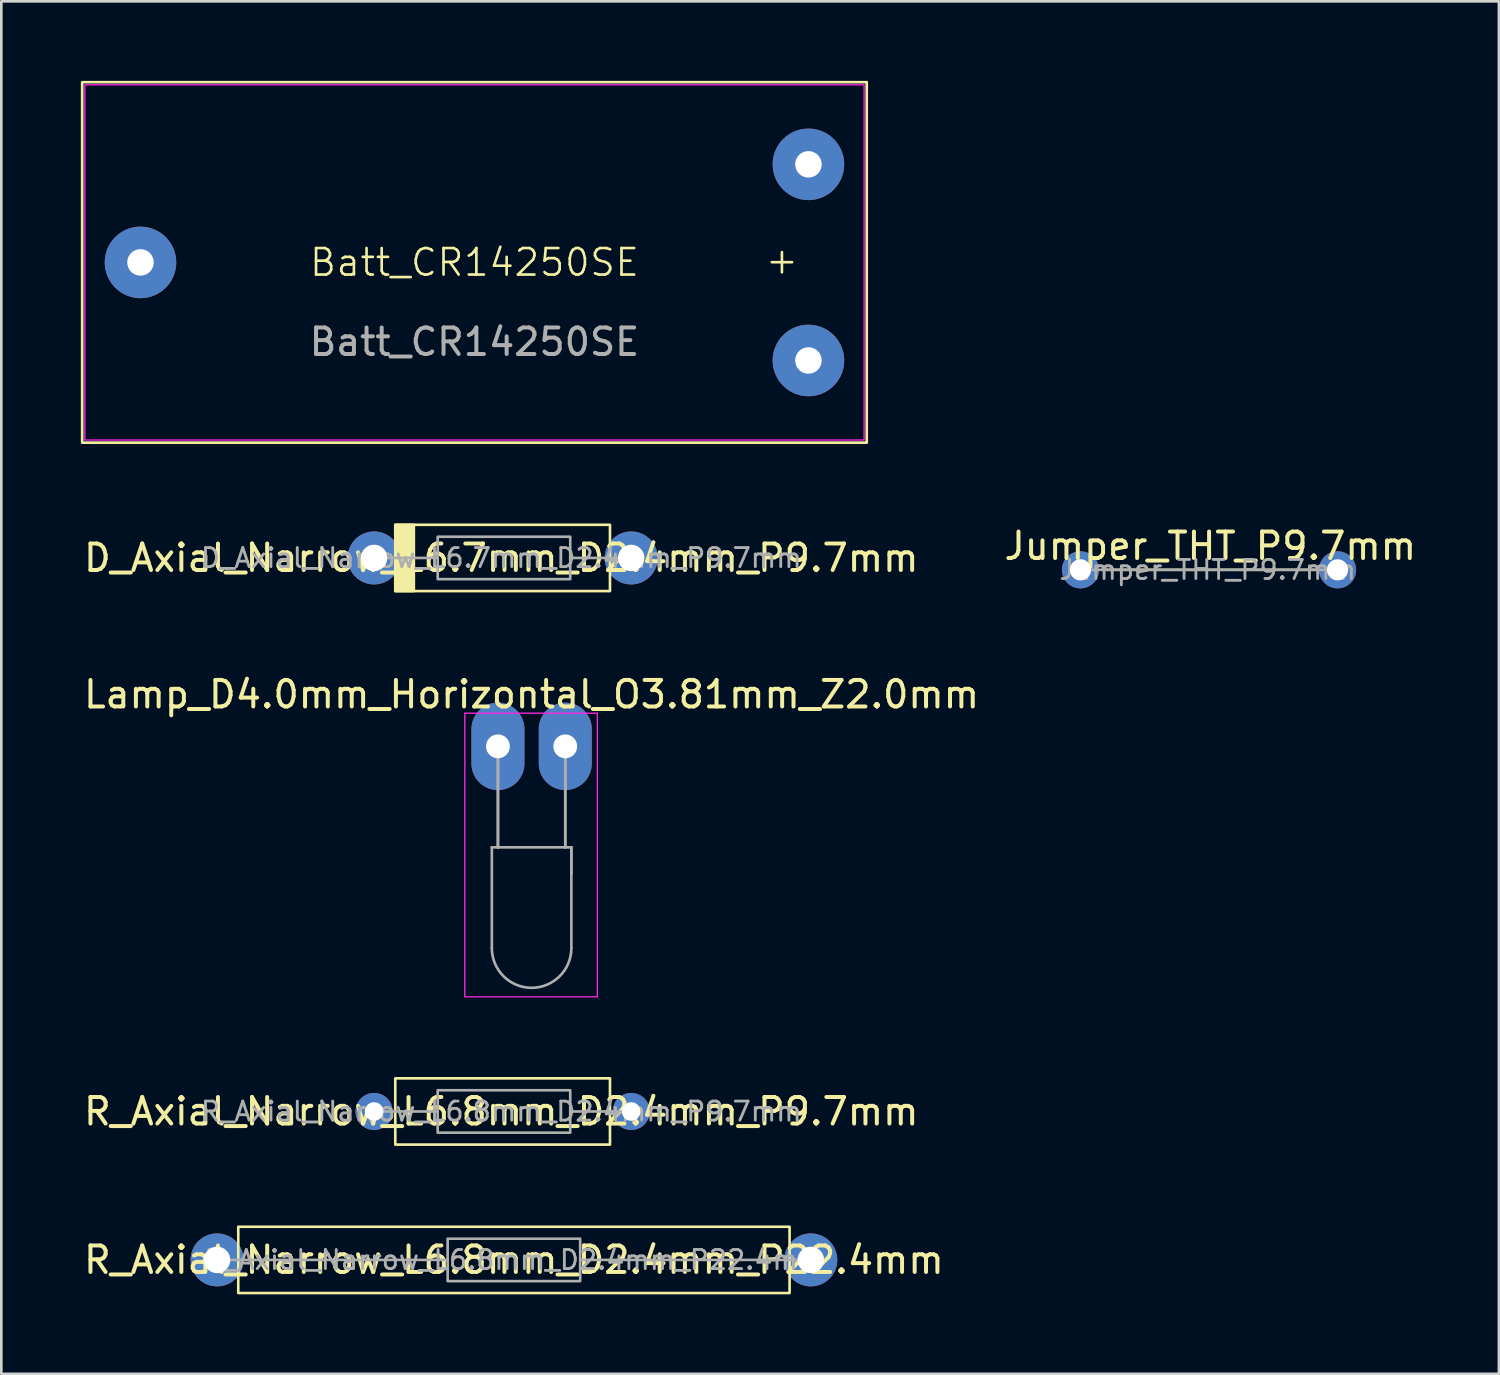
<source format=kicad_pcb>
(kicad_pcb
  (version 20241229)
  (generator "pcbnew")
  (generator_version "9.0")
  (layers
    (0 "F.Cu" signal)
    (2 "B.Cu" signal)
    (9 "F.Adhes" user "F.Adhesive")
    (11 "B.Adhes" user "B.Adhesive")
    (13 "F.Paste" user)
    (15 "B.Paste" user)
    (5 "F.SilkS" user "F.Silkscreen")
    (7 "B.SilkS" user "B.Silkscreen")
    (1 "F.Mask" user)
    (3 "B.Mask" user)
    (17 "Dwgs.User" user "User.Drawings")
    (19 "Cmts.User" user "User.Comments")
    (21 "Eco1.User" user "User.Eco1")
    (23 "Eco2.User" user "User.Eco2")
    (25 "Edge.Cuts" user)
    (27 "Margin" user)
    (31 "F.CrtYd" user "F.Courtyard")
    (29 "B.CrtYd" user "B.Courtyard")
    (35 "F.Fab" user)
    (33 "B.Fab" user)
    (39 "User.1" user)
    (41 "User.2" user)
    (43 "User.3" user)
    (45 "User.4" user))
  (footprint "Jumper_THT_P9.7mm"
    (layer "F.Cu")
    (at 37.713 18.448)
    (property "Reference" "Jumper_THT_P9.7mm" (at 4.9 -0.9 0) (layer "F.SilkS") (effects (font (size 1 1) (thickness 0.15))))
    (attr through_hole)
    (fp_line (start 8.9 0) (end 0.8 0) (stroke (width 0.1) (type default)) (layer "F.SilkS"))
    (fp_line (start 9.7 0) (end 0 0) (stroke (width 0.1) (type solid)) (layer "F.Fab"))
    (fp_text user "${REFERENCE}" (at 4.8 0 0) (layer "F.Fab") (effects (font (size 0.72 0.72) (thickness 0.108))))
    (pad "1" thru_hole circle (at 0 0) (size 1.4 1.4) (drill 0.8) (layers "*.Cu" "*.Mask"))
    (pad "2" thru_hole circle (at 9.7 0) (size 1.4 1.4) (drill 0.8) (layers "*.Cu" "*.Mask")))
  (footprint "R_Axial_Narrow_L6.8mm_D2.4mm_P22.4mm"
    (layer "F.Cu")
    (at 5.139 44.483)
    (property "Reference" "R_Axial_Narrow_L6.8mm_D2.4mm_P22.4mm" (at 11.2 0 0) (layer "F.SilkS") (effects (font (size 1 1) (thickness 0.15))))
    (attr through_hole)
    (fp_rect (start 0.8 -1.25) (end 21.6 1.25) (stroke (width 0.1) (type solid)) (fill no) (layer "F.SilkS"))
    (fp_line (start 0 0) (end 8.7 0) (stroke (width 0.1) (type solid)) (layer "F.Fab"))
    (fp_line (start 22.4 0) (end 13.7 0) (stroke (width 0.1) (type solid)) (layer "F.Fab"))
    (fp_rect (start 8.7 -0.8) (end 13.7 0.8) (stroke (width 0.1) (type solid)) (fill no) (layer "F.Fab"))
    (fp_text user "${REFERENCE}" (at 11.2 0 0) (layer "F.Fab") (effects (font (size 0.72 0.72) (thickness 0.108))))
    (pad "1" thru_hole circle (at 0 0) (size 2 2) (drill 1) (layers "*.Cu" "*.Mask"))
    (pad "2" thru_hole circle (at 22.4 0) (size 2 2) (drill 1) (layers "*.Cu" "*.Mask")))
  (footprint "R_Axial_Narrow_L6.8mm_D2.4mm_P9.7mm"
    (layer "F.Cu")
    (at 11.063 38.883)
    (property "Reference" "R_Axial_Narrow_L6.8mm_D2.4mm_P9.7mm" (at 4.8 0 0) (layer "F.SilkS") (effects (font (size 1 1) (thickness 0.15))))
    (attr through_hole)
    (fp_rect (start 0.8 -1.25) (end 8.9 1.25) (stroke (width 0.1) (type solid)) (fill no) (layer "F.SilkS"))
    (fp_line (start 0 0) (end 2.4 0) (stroke (width 0.1) (type solid)) (layer "F.Fab"))
    (fp_line (start 9.7 0) (end 7.4 0) (stroke (width 0.1) (type solid)) (layer "F.Fab"))
    (fp_rect (start 2.4 -0.8) (end 7.4 0.8) (stroke (width 0.1) (type solid)) (fill no) (layer "F.Fab"))
    (fp_text user "${REFERENCE}" (at 4.8 0 0) (layer "F.Fab") (effects (font (size 0.72 0.72) (thickness 0.108))))
    (pad "1" thru_hole circle (at 0 0) (size 1.4 1.4) (drill 0.7) (layers "*.Cu" "*.Mask"))
    (pad "2" thru_hole circle (at 9.7 0) (size 1.4 1.4) (drill 0.7) (layers "*.Cu" "*.Mask")))
  (footprint "D_Axial_Narrow_L6.7mm_D2.4mm_P9.7mm"
    (layer "F.Cu")
    (at 11.063 18)
    (property "Reference" "D_Axial_Narrow_L6.7mm_D2.4mm_P9.7mm" (at 4.8 0 0) (layer "F.SilkS") (effects (font (size 1 1) (thickness 0.15))))
    (attr through_hole)
    (fp_rect (start 0.8 -1.25) (end 1.5 1.25) (stroke (width 0.1) (type solid)) (fill yes) (layer "F.SilkS"))
    (fp_rect (start 0.8 -1.25) (end 8.9 1.25) (stroke (width 0.1) (type solid)) (fill no) (layer "F.SilkS"))
    (fp_line (start 0 0) (end 2.4 0) (stroke (width 0.1) (type solid)) (layer "F.Fab"))
    (fp_line (start 9.7 0) (end 7.4 0) (stroke (width 0.1) (type solid)) (layer "F.Fab"))
    (fp_rect (start 2.4 -0.8) (end 7.4 0.8) (stroke (width 0.1) (type solid)) (fill no) (layer "F.Fab"))
    (fp_text user "${REFERENCE}" (at 4.8 0 0) (layer "F.Fab") (effects (font (size 0.72 0.72) (thickness 0.108))))
    (pad "1" thru_hole circle (at 0 0) (size 2 2) (drill 1) (layers "*.Cu" "*.Mask"))
    (pad "2" thru_hole circle (at 9.7 0) (size 2 2) (drill 1) (layers "*.Cu" "*.Mask")))
  (footprint "Batt_CR14250SE"
    (layer "F.Cu")
    (at 14.85 6.85)
    (property "Reference" "Batt_CR14250SE" (at 0 0 0) (unlocked yes) (layer "F.SilkS") (effects (font (size 1 1) (thickness 0.1))))
    (attr through_hole)
    (fp_rect (start -14.8 -6.8) (end 14.8 6.8) (stroke (width 0.1) (type solid)) (fill no) (layer "F.SilkS"))
    (fp_rect (start -14.7 -6.7) (end 14.7 6.7) (stroke (width 0.05) (type default)) (fill no) (layer "F.CrtYd"))
    (fp_text user "+" (at 11.6 0.5 0) (unlocked yes) (layer "F.SilkS") (effects (font (size 1 1) (thickness 0.1)) (justify bottom)))
    (fp_text user "${REFERENCE}" (at 0 3 0) (unlocked yes) (layer "F.Fab") (effects (font (size 1 1) (thickness 0.15))))
    (pad "1" thru_hole circle (at 12.6 -3.7) (size 2.7 2.7) (drill 1) (layers "*.Cu" "*.Mask"))
    (pad "1" thru_hole circle (at 12.6 3.7) (size 2.7 2.7) (drill 1) (layers "*.Cu" "*.Mask"))
    (pad "2" thru_hole circle (at -12.6 0) (size 2.7 2.7) (drill 1) (layers "*.Cu" "*.Mask")))
  (footprint "Lamp_D4.0mm_Horizontal_O3.81mm_Z2.0mm"
    (layer "F.Cu")
    (at 15.736 25.108)
    (property "Reference" "Lamp_D4.0mm_Horizontal_O3.81mm_Z2.0mm" (at 1.27 -1.96 180) (layer "F.SilkS") (effects (font (size 1 1) (thickness 0.15))))
    (attr through_hole)
    (fp_line (start -1.25 -1.25) (end -1.25 9.45) (stroke (width 0.05) (type solid)) (layer "F.CrtYd"))
    (fp_line (start -1.25 9.45) (end 3.75 9.45) (stroke (width 0.05) (type solid)) (layer "F.CrtYd"))
    (fp_line (start 3.75 -1.25) (end -1.25 -1.25) (stroke (width 0.05) (type solid)) (layer "F.CrtYd"))
    (fp_line (start 3.75 9.45) (end 3.75 -1.25) (stroke (width 0.05) (type solid)) (layer "F.CrtYd"))
    (fp_line (start -0.23 3.81) (end -0.23 7.61) (stroke (width 0.1) (type solid)) (layer "F.Fab"))
    (fp_line (start -0.23 3.81) (end 2.77 3.81) (stroke (width 0.1) (type solid)) (layer "F.Fab"))
    (fp_line (start 0 0) (end 0 0) (stroke (width 0.1) (type solid)) (layer "F.Fab"))
    (fp_line (start 0 0) (end 0 3.81) (stroke (width 0.1) (type solid)) (layer "F.Fab"))
    (fp_line (start 0 3.81) (end 0 0) (stroke (width 0.1) (type solid)) (layer "F.Fab"))
    (fp_line (start 0 3.81) (end 0 3.81) (stroke (width 0.1) (type solid)) (layer "F.Fab"))
    (fp_line (start 2.54 0) (end 2.54 0) (stroke (width 0.1) (type solid)) (layer "F.Fab"))
    (fp_line (start 2.54 0) (end 2.54 3.81) (stroke (width 0.1) (type solid)) (layer "F.Fab"))
    (fp_line (start 2.54 3.81) (end 2.54 0) (stroke (width 0.1) (type solid)) (layer "F.Fab"))
    (fp_line (start 2.54 3.81) (end 2.54 3.81) (stroke (width 0.1) (type solid)) (layer "F.Fab"))
    (fp_line (start 2.77 3.81) (end 2.77 7.61) (stroke (width 0.1) (type solid)) (layer "F.Fab"))
    (fp_line (start 2.77 4.81) (end 2.77 3.81) (stroke (width 0.1) (type solid)) (layer "F.Fab"))
    (fp_arc (start 2.77 7.61) (mid 1.27 9.11) (end -0.23 7.61) (stroke (width 0.1) (type solid)) (layer "F.Fab"))
    (pad "1" thru_hole oval (at 0 0) (size 2 3.3) (drill 0.9) (layers "*.Cu" "*.Mask"))
    (pad "2" thru_hole oval (at 2.54 0) (size 2 3.3) (drill 0.9) (layers "*.Cu" "*.Mask")))
  (gr_rect
    (start -3 -3)
    (end 53.5 48.783)
    (stroke (width 0.1) (type default))
    (fill no)
    (layer "Edge.Cuts")))
</source>
